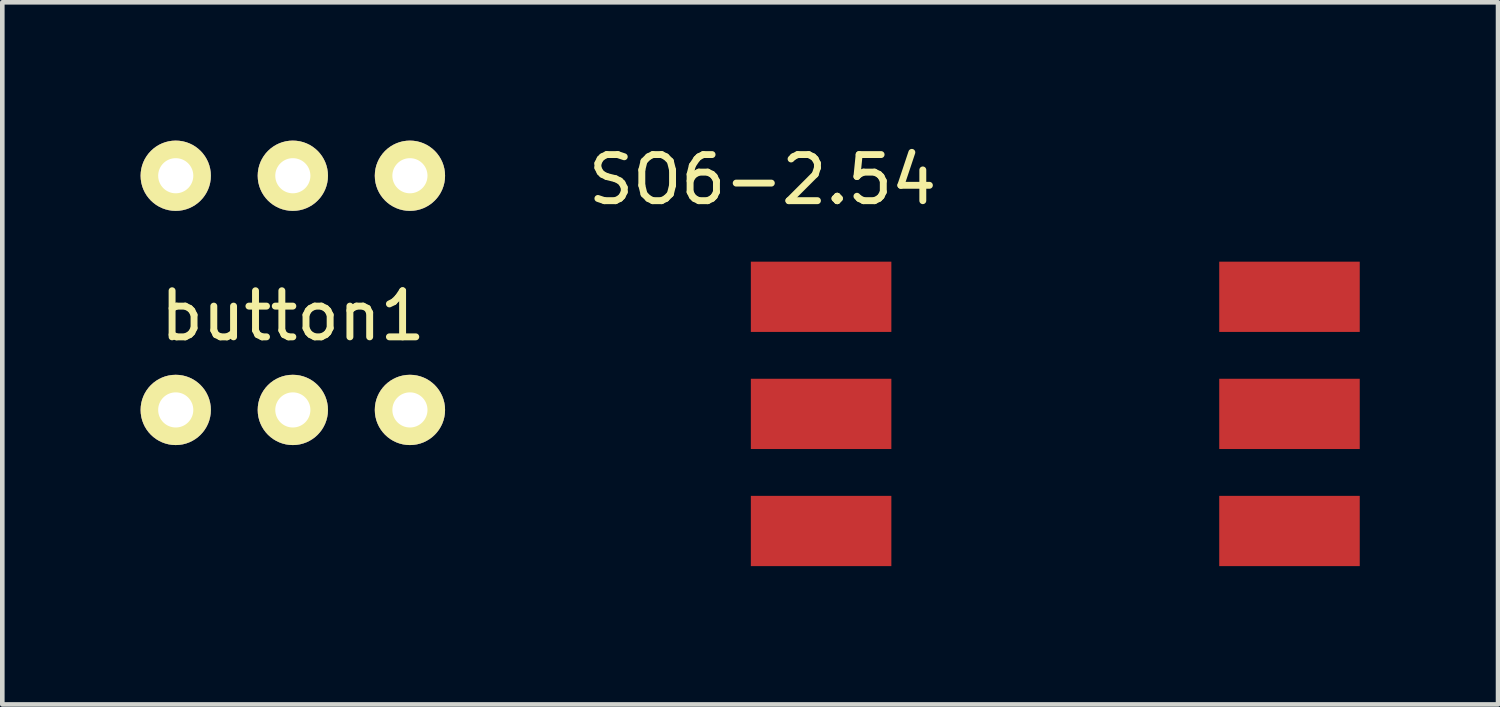
<source format=kicad_pcb>
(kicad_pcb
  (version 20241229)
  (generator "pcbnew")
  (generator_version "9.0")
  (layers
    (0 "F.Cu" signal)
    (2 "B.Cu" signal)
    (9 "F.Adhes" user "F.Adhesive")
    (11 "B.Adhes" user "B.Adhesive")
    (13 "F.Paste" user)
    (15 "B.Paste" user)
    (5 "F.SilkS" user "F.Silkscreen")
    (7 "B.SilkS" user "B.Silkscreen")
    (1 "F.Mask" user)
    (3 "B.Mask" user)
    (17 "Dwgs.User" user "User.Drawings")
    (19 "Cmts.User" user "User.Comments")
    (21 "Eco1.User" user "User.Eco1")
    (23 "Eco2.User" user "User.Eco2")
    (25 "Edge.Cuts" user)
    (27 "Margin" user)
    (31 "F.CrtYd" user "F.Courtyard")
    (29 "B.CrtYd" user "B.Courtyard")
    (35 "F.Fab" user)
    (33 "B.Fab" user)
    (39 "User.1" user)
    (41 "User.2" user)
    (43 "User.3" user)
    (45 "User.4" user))
  (footprint "SO6-2.54"
    (layer "F.Cu")
    (at 19.841 0.848)
    (property "Reference" "SO6-2.54" (at -6.35 0 0) (layer "F.SilkS") (effects (font (size 1 1) (thickness 0.15))))
    (attr through_hole)
    (pad "1" smd rect (at -5.08 2.54) (size 3.048 1.524) (layers "F.Cu" "F.Mask" "F.Paste"))
    (pad "2" smd rect (at -5.08 5.08) (size 3.048 1.524) (layers "F.Cu" "F.Mask" "F.Paste"))
    (pad "3" smd rect (at -5.08 7.62) (size 3.048 1.524) (layers "F.Cu" "F.Mask" "F.Paste"))
    (pad "4" smd rect (at 5.08 7.62) (size 3.048 1.524) (layers "F.Cu" "F.Mask" "F.Paste"))
    (pad "5" smd rect (at 5.08 5.08) (size 3.048 1.524) (layers "F.Cu" "F.Mask" "F.Paste"))
    (pad "6" smd rect (at 5.08 2.54) (size 3.048 1.524) (layers "F.Cu" "F.Mask" "F.Paste")))
  (footprint "button1"
    (layer "F.Cu")
    (at 3.302 3.302)
    (property "Reference" "button1" (at 0 0.5 0) (layer "F.SilkS") (effects (font (size 1 1) (thickness 0.15))))
    (attr through_hole)
    (pad "1" thru_hole circle (at -2.54 -2.54) (size 1.524 1.524) (drill 0.762) (layers "*.Cu" "*.Mask" "F.SilkS"))
    (pad "2" thru_hole circle (at 0 -2.54) (size 1.524 1.524) (drill 0.762) (layers "*.Cu" "*.Mask" "F.SilkS"))
    (pad "3" thru_hole circle (at 2.54 -2.54) (size 1.524 1.524) (drill 0.762) (layers "*.Cu" "*.Mask" "F.SilkS"))
    (pad "4" thru_hole circle (at 2.54 2.54) (size 1.524 1.524) (drill 0.762) (layers "*.Cu" "*.Mask" "F.SilkS"))
    (pad "5" thru_hole circle (at 0 2.54) (size 1.524 1.524) (drill 0.762) (layers "*.Cu" "*.Mask" "F.SilkS"))
    (pad "6" thru_hole circle (at -2.54 2.54) (size 1.524 1.524) (drill 0.762) (layers "*.Cu" "*.Mask" "F.SilkS")))
  (gr_rect
    (start -3 -3)
    (end 29.445 12.23)
    (stroke (width 0.1) (type default))
    (fill no)
    (layer "Edge.Cuts")))
</source>
